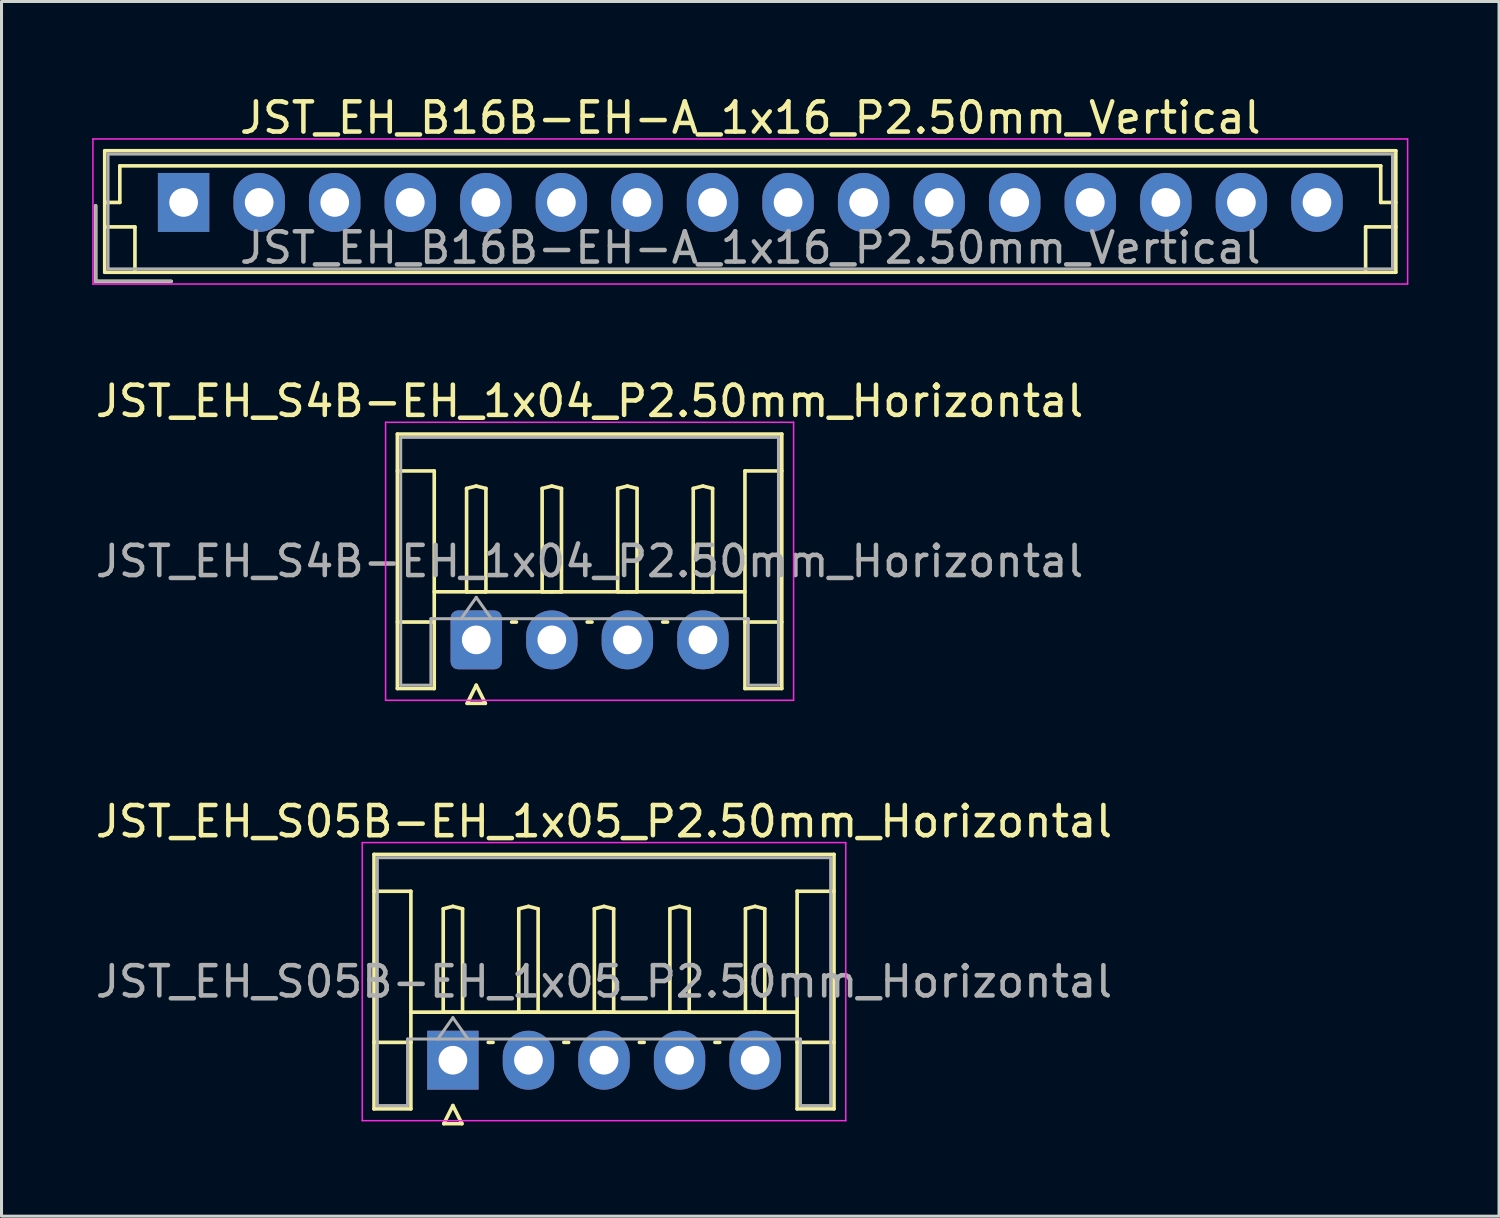
<source format=kicad_pcb>
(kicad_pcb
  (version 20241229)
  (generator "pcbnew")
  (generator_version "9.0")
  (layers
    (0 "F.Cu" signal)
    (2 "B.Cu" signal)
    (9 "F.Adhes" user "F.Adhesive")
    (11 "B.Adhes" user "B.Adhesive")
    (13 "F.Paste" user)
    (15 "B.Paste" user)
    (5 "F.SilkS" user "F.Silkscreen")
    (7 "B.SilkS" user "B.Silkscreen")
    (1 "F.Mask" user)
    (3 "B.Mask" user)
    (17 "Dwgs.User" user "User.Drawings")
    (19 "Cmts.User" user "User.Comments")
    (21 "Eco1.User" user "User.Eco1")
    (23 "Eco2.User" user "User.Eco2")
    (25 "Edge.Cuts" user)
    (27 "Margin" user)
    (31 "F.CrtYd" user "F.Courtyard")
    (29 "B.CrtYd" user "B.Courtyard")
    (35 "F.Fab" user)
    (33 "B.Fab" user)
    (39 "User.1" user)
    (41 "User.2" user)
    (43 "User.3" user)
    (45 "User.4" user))
  (footprint "JST_EH_S05B-EH_1x05_P2.50mm_Horizontal"
    (layer "F.Cu")
    (at 11.935 32.03)
    (property "Reference" "JST_EH_S05B-EH_1x05_P2.50mm_Horizontal" (at 5 -7.9 0) (layer "F.SilkS") (effects (font (size 1 1) (thickness 0.15))))
    (attr through_hole)
    (fp_line (start -2.61 -6.81) (end 12.61 -6.81) (stroke (width 0.12) (type solid)) (layer "F.SilkS"))
    (fp_line (start -2.61 -5.59) (end -1.39 -5.59) (stroke (width 0.12) (type solid)) (layer "F.SilkS"))
    (fp_line (start -2.61 1.61) (end -2.61 -6.81) (stroke (width 0.12) (type solid)) (layer "F.SilkS"))
    (fp_line (start -1.39 -5.59) (end -1.39 -0.59) (stroke (width 0.12) (type solid)) (layer "F.SilkS"))
    (fp_line (start -1.39 -1.59) (end 11.39 -1.59) (stroke (width 0.12) (type solid)) (layer "F.SilkS"))
    (fp_line (start -1.39 -0.59) (end -2.61 -0.59) (stroke (width 0.12) (type solid)) (layer "F.SilkS"))
    (fp_line (start -1.39 -0.59) (end -1.39 1.61) (stroke (width 0.12) (type solid)) (layer "F.SilkS"))
    (fp_line (start -1.39 1.61) (end -2.61 1.61) (stroke (width 0.12) (type solid)) (layer "F.SilkS"))
    (fp_line (start -0.32 -5.01) (end 0 -5.09) (stroke (width 0.12) (type solid)) (layer "F.SilkS"))
    (fp_line (start -0.32 -1.59) (end -0.32 -5.01) (stroke (width 0.12) (type solid)) (layer "F.SilkS"))
    (fp_line (start -0.3 2.1) (end 0.3 2.1) (stroke (width 0.12) (type solid)) (layer "F.SilkS"))
    (fp_line (start 0 -5.09) (end 0.32 -5.01) (stroke (width 0.12) (type solid)) (layer "F.SilkS"))
    (fp_line (start 0 -1.59) (end -0.32 -1.59) (stroke (width 0.12) (type solid)) (layer "F.SilkS"))
    (fp_line (start 0 1.5) (end -0.3 2.1) (stroke (width 0.12) (type solid)) (layer "F.SilkS"))
    (fp_line (start 0.3 2.1) (end 0 1.5) (stroke (width 0.12) (type solid)) (layer "F.SilkS"))
    (fp_line (start 0.32 -5.01) (end 0.32 -1.59) (stroke (width 0.12) (type solid)) (layer "F.SilkS"))
    (fp_line (start 0.32 -1.59) (end 0 -1.59) (stroke (width 0.12) (type solid)) (layer "F.SilkS"))
    (fp_line (start 1.17 -0.59) (end 1.33 -0.59) (stroke (width 0.12) (type solid)) (layer "F.SilkS"))
    (fp_line (start 2.18 -5.01) (end 2.5 -5.09) (stroke (width 0.12) (type solid)) (layer "F.SilkS"))
    (fp_line (start 2.18 -1.59) (end 2.18 -5.01) (stroke (width 0.12) (type solid)) (layer "F.SilkS"))
    (fp_line (start 2.5 -5.09) (end 2.82 -5.01) (stroke (width 0.12) (type solid)) (layer "F.SilkS"))
    (fp_line (start 2.5 -1.59) (end 2.18 -1.59) (stroke (width 0.12) (type solid)) (layer "F.SilkS"))
    (fp_line (start 2.82 -5.01) (end 2.82 -1.59) (stroke (width 0.12) (type solid)) (layer "F.SilkS"))
    (fp_line (start 2.82 -1.59) (end 2.5 -1.59) (stroke (width 0.12) (type solid)) (layer "F.SilkS"))
    (fp_line (start 3.67 -0.59) (end 3.83 -0.59) (stroke (width 0.12) (type solid)) (layer "F.SilkS"))
    (fp_line (start 4.68 -5.01) (end 5 -5.09) (stroke (width 0.12) (type solid)) (layer "F.SilkS"))
    (fp_line (start 4.68 -1.59) (end 4.68 -5.01) (stroke (width 0.12) (type solid)) (layer "F.SilkS"))
    (fp_line (start 5 -5.09) (end 5.32 -5.01) (stroke (width 0.12) (type solid)) (layer "F.SilkS"))
    (fp_line (start 5 -1.59) (end 4.68 -1.59) (stroke (width 0.12) (type solid)) (layer "F.SilkS"))
    (fp_line (start 5.32 -5.01) (end 5.32 -1.59) (stroke (width 0.12) (type solid)) (layer "F.SilkS"))
    (fp_line (start 5.32 -1.59) (end 5 -1.59) (stroke (width 0.12) (type solid)) (layer "F.SilkS"))
    (fp_line (start 6.17 -0.59) (end 6.33 -0.59) (stroke (width 0.12) (type solid)) (layer "F.SilkS"))
    (fp_line (start 7.18 -5.01) (end 7.5 -5.09) (stroke (width 0.12) (type solid)) (layer "F.SilkS"))
    (fp_line (start 7.18 -1.59) (end 7.18 -5.01) (stroke (width 0.12) (type solid)) (layer "F.SilkS"))
    (fp_line (start 7.5 -5.09) (end 7.82 -5.01) (stroke (width 0.12) (type solid)) (layer "F.SilkS"))
    (fp_line (start 7.5 -1.59) (end 7.18 -1.59) (stroke (width 0.12) (type solid)) (layer "F.SilkS"))
    (fp_line (start 7.82 -5.01) (end 7.82 -1.59) (stroke (width 0.12) (type solid)) (layer "F.SilkS"))
    (fp_line (start 7.82 -1.59) (end 7.5 -1.59) (stroke (width 0.12) (type solid)) (layer "F.SilkS"))
    (fp_line (start 8.67 -0.59) (end 8.83 -0.59) (stroke (width 0.12) (type solid)) (layer "F.SilkS"))
    (fp_line (start 9.68 -5.01) (end 10 -5.09) (stroke (width 0.12) (type solid)) (layer "F.SilkS"))
    (fp_line (start 9.68 -1.59) (end 9.68 -5.01) (stroke (width 0.12) (type solid)) (layer "F.SilkS"))
    (fp_line (start 10 -5.09) (end 10.32 -5.01) (stroke (width 0.12) (type solid)) (layer "F.SilkS"))
    (fp_line (start 10 -1.59) (end 9.68 -1.59) (stroke (width 0.12) (type solid)) (layer "F.SilkS"))
    (fp_line (start 10.32 -5.01) (end 10.32 -1.59) (stroke (width 0.12) (type solid)) (layer "F.SilkS"))
    (fp_line (start 10.32 -1.59) (end 10 -1.59) (stroke (width 0.12) (type solid)) (layer "F.SilkS"))
    (fp_line (start 11.39 -5.59) (end 11.39 -0.59) (stroke (width 0.12) (type solid)) (layer "F.SilkS"))
    (fp_line (start 11.39 -0.59) (end 12.61 -0.59) (stroke (width 0.12) (type solid)) (layer "F.SilkS"))
    (fp_line (start 11.39 1.61) (end 11.39 -0.59) (stroke (width 0.12) (type solid)) (layer "F.SilkS"))
    (fp_line (start 12.61 -6.81) (end 12.61 1.61) (stroke (width 0.12) (type solid)) (layer "F.SilkS"))
    (fp_line (start 12.61 -5.59) (end 11.39 -5.59) (stroke (width 0.12) (type solid)) (layer "F.SilkS"))
    (fp_line (start 12.61 1.61) (end 11.39 1.61) (stroke (width 0.12) (type solid)) (layer "F.SilkS"))
    (fp_line (start -3 -7.2) (end -3 2) (stroke (width 0.05) (type solid)) (layer "F.CrtYd"))
    (fp_line (start -3 2) (end 13 2) (stroke (width 0.05) (type solid)) (layer "F.CrtYd"))
    (fp_line (start 13 -7.2) (end -3 -7.2) (stroke (width 0.05) (type solid)) (layer "F.CrtYd"))
    (fp_line (start 13 2) (end 13 -7.2) (stroke (width 0.05) (type solid)) (layer "F.CrtYd"))
    (fp_line (start -2.5 -6.7) (end 12.5 -6.7) (stroke (width 0.1) (type solid)) (layer "F.Fab"))
    (fp_line (start -2.5 1.5) (end -2.5 -6.7) (stroke (width 0.1) (type solid)) (layer "F.Fab"))
    (fp_line (start -1.5 -0.7) (end -1.5 1.5) (stroke (width 0.1) (type solid)) (layer "F.Fab"))
    (fp_line (start -1.5 1.5) (end -2.5 1.5) (stroke (width 0.1) (type solid)) (layer "F.Fab"))
    (fp_line (start -0.5 -0.7) (end 0 -1.407) (stroke (width 0.1) (type solid)) (layer "F.Fab"))
    (fp_line (start 0 -1.407) (end 0.5 -0.7) (stroke (width 0.1) (type solid)) (layer "F.Fab"))
    (fp_line (start 11.5 -0.7) (end -1.5 -0.7) (stroke (width 0.1) (type solid)) (layer "F.Fab"))
    (fp_line (start 11.5 1.5) (end 11.5 -0.7) (stroke (width 0.1) (type solid)) (layer "F.Fab"))
    (fp_line (start 12.5 -6.7) (end 12.5 1.5) (stroke (width 0.1) (type solid)) (layer "F.Fab"))
    (fp_line (start 12.5 1.5) (end 11.5 1.5) (stroke (width 0.1) (type solid)) (layer "F.Fab"))
    (fp_text user "${REFERENCE}" (at 5 -2.6 0) (layer "F.Fab") (effects (font (size 1 1) (thickness 0.15))))
    (pad "1" thru_hole rect (at 0 0) (size 1.7 1.95) (drill 0.95) (layers "*.Cu" "*.Mask"))
    (pad "2" thru_hole oval (at 2.5 0) (size 1.7 1.95) (drill 0.95) (layers "*.Cu" "*.Mask"))
    (pad "3" thru_hole oval (at 5 0) (size 1.7 1.95) (drill 0.95) (layers "*.Cu" "*.Mask"))
    (pad "4" thru_hole oval (at 7.5 0) (size 1.7 1.95) (drill 0.95) (layers "*.Cu" "*.Mask"))
    (pad "5" thru_hole oval (at 10 0) (size 1.7 1.95) (drill 0.95) (layers "*.Cu" "*.Mask")))
  (footprint "JST_EH_B16B-EH-A_1x16_P2.50mm_Vertical"
    (layer "F.Cu")
    (at 3.025 3.648)
    (property "Reference" "JST_EH_B16B-EH-A_1x16_P2.50mm_Vertical" (at 18.75 -2.8 0) (layer "F.SilkS") (effects (font (size 1 1) (thickness 0.15))))
    (attr through_hole)
    (fp_line (start -2.91 0.11) (end -2.91 2.61) (stroke (width 0.12) (type solid)) (layer "F.SilkS"))
    (fp_line (start -2.91 2.61) (end -0.41 2.61) (stroke (width 0.12) (type solid)) (layer "F.SilkS"))
    (fp_line (start -2.61 -1.71) (end -2.61 2.31) (stroke (width 0.12) (type solid)) (layer "F.SilkS"))
    (fp_line (start -2.61 0) (end -2.11 0) (stroke (width 0.12) (type solid)) (layer "F.SilkS"))
    (fp_line (start -2.61 0.81) (end -1.61 0.81) (stroke (width 0.12) (type solid)) (layer "F.SilkS"))
    (fp_line (start -2.61 2.31) (end 40.11 2.31) (stroke (width 0.12) (type solid)) (layer "F.SilkS"))
    (fp_line (start -2.11 -1.21) (end 39.61 -1.21) (stroke (width 0.12) (type solid)) (layer "F.SilkS"))
    (fp_line (start -2.11 0) (end -2.11 -1.21) (stroke (width 0.12) (type solid)) (layer "F.SilkS"))
    (fp_line (start -1.61 0.81) (end -1.61 2.31) (stroke (width 0.12) (type solid)) (layer "F.SilkS"))
    (fp_line (start 39.11 0.81) (end 39.11 2.31) (stroke (width 0.12) (type solid)) (layer "F.SilkS"))
    (fp_line (start 39.61 -1.21) (end 39.61 0) (stroke (width 0.12) (type solid)) (layer "F.SilkS"))
    (fp_line (start 39.61 0) (end 40.11 0) (stroke (width 0.12) (type solid)) (layer "F.SilkS"))
    (fp_line (start 40.11 -1.71) (end -2.61 -1.71) (stroke (width 0.12) (type solid)) (layer "F.SilkS"))
    (fp_line (start 40.11 0.81) (end 39.11 0.81) (stroke (width 0.12) (type solid)) (layer "F.SilkS"))
    (fp_line (start 40.11 2.31) (end 40.11 -1.71) (stroke (width 0.12) (type solid)) (layer "F.SilkS"))
    (fp_line (start -3 -2.1) (end -3 2.7) (stroke (width 0.05) (type solid)) (layer "F.CrtYd"))
    (fp_line (start -3 2.7) (end 40.5 2.7) (stroke (width 0.05) (type solid)) (layer "F.CrtYd"))
    (fp_line (start 40.5 -2.1) (end -3 -2.1) (stroke (width 0.05) (type solid)) (layer "F.CrtYd"))
    (fp_line (start 40.5 2.7) (end 40.5 -2.1) (stroke (width 0.05) (type solid)) (layer "F.CrtYd"))
    (fp_line (start -2.91 0.11) (end -2.91 2.61) (stroke (width 0.1) (type solid)) (layer "F.Fab"))
    (fp_line (start -2.91 2.61) (end -0.41 2.61) (stroke (width 0.1) (type solid)) (layer "F.Fab"))
    (fp_line (start -2.5 -1.6) (end -2.5 2.2) (stroke (width 0.1) (type solid)) (layer "F.Fab"))
    (fp_line (start -2.5 2.2) (end 40 2.2) (stroke (width 0.1) (type solid)) (layer "F.Fab"))
    (fp_line (start 40 -1.6) (end -2.5 -1.6) (stroke (width 0.1) (type solid)) (layer "F.Fab"))
    (fp_line (start 40 2.2) (end 40 -1.6) (stroke (width 0.1) (type solid)) (layer "F.Fab"))
    (fp_text user "${REFERENCE}" (at 18.75 1.5 0) (layer "F.Fab") (effects (font (size 1 1) (thickness 0.15))))
    (pad "1" thru_hole rect (at 0 0) (size 1.7 1.95) (drill 0.95) (layers "*.Cu" "*.Mask"))
    (pad "2" thru_hole oval (at 2.5 0) (size 1.7 1.95) (drill 0.95) (layers "*.Cu" "*.Mask"))
    (pad "3" thru_hole oval (at 5 0) (size 1.7 1.95) (drill 0.95) (layers "*.Cu" "*.Mask"))
    (pad "4" thru_hole oval (at 7.5 0) (size 1.7 1.95) (drill 0.95) (layers "*.Cu" "*.Mask"))
    (pad "5" thru_hole oval (at 10 0) (size 1.7 1.95) (drill 0.95) (layers "*.Cu" "*.Mask"))
    (pad "6" thru_hole oval (at 12.5 0) (size 1.7 1.95) (drill 0.95) (layers "*.Cu" "*.Mask"))
    (pad "7" thru_hole oval (at 15 0) (size 1.7 1.95) (drill 0.95) (layers "*.Cu" "*.Mask"))
    (pad "8" thru_hole oval (at 17.5 0) (size 1.7 1.95) (drill 0.95) (layers "*.Cu" "*.Mask"))
    (pad "9" thru_hole oval (at 20 0) (size 1.7 1.95) (drill 0.95) (layers "*.Cu" "*.Mask"))
    (pad "10" thru_hole oval (at 22.5 0) (size 1.7 1.95) (drill 0.95) (layers "*.Cu" "*.Mask"))
    (pad "11" thru_hole oval (at 25 0) (size 1.7 1.95) (drill 0.95) (layers "*.Cu" "*.Mask"))
    (pad "12" thru_hole oval (at 27.5 0) (size 1.7 1.95) (drill 0.95) (layers "*.Cu" "*.Mask"))
    (pad "13" thru_hole oval (at 30 0) (size 1.7 1.95) (drill 0.95) (layers "*.Cu" "*.Mask"))
    (pad "14" thru_hole oval (at 32.5 0) (size 1.7 1.95) (drill 0.95) (layers "*.Cu" "*.Mask"))
    (pad "15" thru_hole oval (at 35 0) (size 1.7 1.95) (drill 0.95) (layers "*.Cu" "*.Mask"))
    (pad "16" thru_hole oval (at 37.5 0) (size 1.7 1.95) (drill 0.95) (layers "*.Cu" "*.Mask")))
  (footprint "JST_EH_S4B-EH_1x04_P2.50mm_Horizontal"
    (layer "F.Cu")
    (at 12.708 18.122)
    (property "Reference" "JST_EH_S4B-EH_1x04_P2.50mm_Horizontal" (at 3.75 -7.9 0) (layer "F.SilkS") (effects (font (size 1 1) (thickness 0.15))))
    (attr through_hole)
    (fp_line (start -2.61 -6.81) (end 10.11 -6.81) (stroke (width 0.12) (type solid)) (layer "F.SilkS"))
    (fp_line (start -2.61 -5.59) (end -1.39 -5.59) (stroke (width 0.12) (type solid)) (layer "F.SilkS"))
    (fp_line (start -2.61 1.61) (end -2.61 -6.81) (stroke (width 0.12) (type solid)) (layer "F.SilkS"))
    (fp_line (start -1.39 -5.59) (end -1.39 -0.59) (stroke (width 0.12) (type solid)) (layer "F.SilkS"))
    (fp_line (start -1.39 -1.59) (end 8.89 -1.59) (stroke (width 0.12) (type solid)) (layer "F.SilkS"))
    (fp_line (start -1.39 -0.59) (end -2.61 -0.59) (stroke (width 0.12) (type solid)) (layer "F.SilkS"))
    (fp_line (start -1.39 -0.59) (end -1.39 1.61) (stroke (width 0.12) (type solid)) (layer "F.SilkS"))
    (fp_line (start -1.39 1.61) (end -2.61 1.61) (stroke (width 0.12) (type solid)) (layer "F.SilkS"))
    (fp_line (start -0.32 -5.01) (end 0 -5.09) (stroke (width 0.12) (type solid)) (layer "F.SilkS"))
    (fp_line (start -0.32 -1.59) (end -0.32 -5.01) (stroke (width 0.12) (type solid)) (layer "F.SilkS"))
    (fp_line (start -0.3 2.1) (end 0.3 2.1) (stroke (width 0.12) (type solid)) (layer "F.SilkS"))
    (fp_line (start 0 -5.09) (end 0.32 -5.01) (stroke (width 0.12) (type solid)) (layer "F.SilkS"))
    (fp_line (start 0 -1.59) (end -0.32 -1.59) (stroke (width 0.12) (type solid)) (layer "F.SilkS"))
    (fp_line (start 0 1.5) (end -0.3 2.1) (stroke (width 0.12) (type solid)) (layer "F.SilkS"))
    (fp_line (start 0.3 2.1) (end 0 1.5) (stroke (width 0.12) (type solid)) (layer "F.SilkS"))
    (fp_line (start 0.32 -5.01) (end 0.32 -1.59) (stroke (width 0.12) (type solid)) (layer "F.SilkS"))
    (fp_line (start 0.32 -1.59) (end 0 -1.59) (stroke (width 0.12) (type solid)) (layer "F.SilkS"))
    (fp_line (start 1.17 -0.59) (end 1.33 -0.59) (stroke (width 0.12) (type solid)) (layer "F.SilkS"))
    (fp_line (start 2.18 -5.01) (end 2.5 -5.09) (stroke (width 0.12) (type solid)) (layer "F.SilkS"))
    (fp_line (start 2.18 -1.59) (end 2.18 -5.01) (stroke (width 0.12) (type solid)) (layer "F.SilkS"))
    (fp_line (start 2.5 -5.09) (end 2.82 -5.01) (stroke (width 0.12) (type solid)) (layer "F.SilkS"))
    (fp_line (start 2.5 -1.59) (end 2.18 -1.59) (stroke (width 0.12) (type solid)) (layer "F.SilkS"))
    (fp_line (start 2.82 -5.01) (end 2.82 -1.59) (stroke (width 0.12) (type solid)) (layer "F.SilkS"))
    (fp_line (start 2.82 -1.59) (end 2.5 -1.59) (stroke (width 0.12) (type solid)) (layer "F.SilkS"))
    (fp_line (start 3.67 -0.59) (end 3.83 -0.59) (stroke (width 0.12) (type solid)) (layer "F.SilkS"))
    (fp_line (start 4.68 -5.01) (end 5 -5.09) (stroke (width 0.12) (type solid)) (layer "F.SilkS"))
    (fp_line (start 4.68 -1.59) (end 4.68 -5.01) (stroke (width 0.12) (type solid)) (layer "F.SilkS"))
    (fp_line (start 5 -5.09) (end 5.32 -5.01) (stroke (width 0.12) (type solid)) (layer "F.SilkS"))
    (fp_line (start 5 -1.59) (end 4.68 -1.59) (stroke (width 0.12) (type solid)) (layer "F.SilkS"))
    (fp_line (start 5.32 -5.01) (end 5.32 -1.59) (stroke (width 0.12) (type solid)) (layer "F.SilkS"))
    (fp_line (start 5.32 -1.59) (end 5 -1.59) (stroke (width 0.12) (type solid)) (layer "F.SilkS"))
    (fp_line (start 6.17 -0.59) (end 6.33 -0.59) (stroke (width 0.12) (type solid)) (layer "F.SilkS"))
    (fp_line (start 7.18 -5.01) (end 7.5 -5.09) (stroke (width 0.12) (type solid)) (layer "F.SilkS"))
    (fp_line (start 7.18 -1.59) (end 7.18 -5.01) (stroke (width 0.12) (type solid)) (layer "F.SilkS"))
    (fp_line (start 7.5 -5.09) (end 7.82 -5.01) (stroke (width 0.12) (type solid)) (layer "F.SilkS"))
    (fp_line (start 7.5 -1.59) (end 7.18 -1.59) (stroke (width 0.12) (type solid)) (layer "F.SilkS"))
    (fp_line (start 7.82 -5.01) (end 7.82 -1.59) (stroke (width 0.12) (type solid)) (layer "F.SilkS"))
    (fp_line (start 7.82 -1.59) (end 7.5 -1.59) (stroke (width 0.12) (type solid)) (layer "F.SilkS"))
    (fp_line (start 8.89 -5.59) (end 8.89 -0.59) (stroke (width 0.12) (type solid)) (layer "F.SilkS"))
    (fp_line (start 8.89 -0.59) (end 10.11 -0.59) (stroke (width 0.12) (type solid)) (layer "F.SilkS"))
    (fp_line (start 8.89 1.61) (end 8.89 -0.59) (stroke (width 0.12) (type solid)) (layer "F.SilkS"))
    (fp_line (start 10.11 -6.81) (end 10.11 1.61) (stroke (width 0.12) (type solid)) (layer "F.SilkS"))
    (fp_line (start 10.11 -5.59) (end 8.89 -5.59) (stroke (width 0.12) (type solid)) (layer "F.SilkS"))
    (fp_line (start 10.11 1.61) (end 8.89 1.61) (stroke (width 0.12) (type solid)) (layer "F.SilkS"))
    (fp_line (start -3 -7.2) (end -3 2) (stroke (width 0.05) (type solid)) (layer "F.CrtYd"))
    (fp_line (start -3 2) (end 10.5 2) (stroke (width 0.05) (type solid)) (layer "F.CrtYd"))
    (fp_line (start 10.5 -7.2) (end -3 -7.2) (stroke (width 0.05) (type solid)) (layer "F.CrtYd"))
    (fp_line (start 10.5 2) (end 10.5 -7.2) (stroke (width 0.05) (type solid)) (layer "F.CrtYd"))
    (fp_line (start -2.5 -6.7) (end 10 -6.7) (stroke (width 0.1) (type solid)) (layer "F.Fab"))
    (fp_line (start -2.5 1.5) (end -2.5 -6.7) (stroke (width 0.1) (type solid)) (layer "F.Fab"))
    (fp_line (start -1.5 -0.7) (end -1.5 1.5) (stroke (width 0.1) (type solid)) (layer "F.Fab"))
    (fp_line (start -1.5 1.5) (end -2.5 1.5) (stroke (width 0.1) (type solid)) (layer "F.Fab"))
    (fp_line (start -0.5 -0.7) (end 0 -1.407) (stroke (width 0.1) (type solid)) (layer "F.Fab"))
    (fp_line (start 0 -1.407) (end 0.5 -0.7) (stroke (width 0.1) (type solid)) (layer "F.Fab"))
    (fp_line (start 9 -0.7) (end -1.5 -0.7) (stroke (width 0.1) (type solid)) (layer "F.Fab"))
    (fp_line (start 9 1.5) (end 9 -0.7) (stroke (width 0.1) (type solid)) (layer "F.Fab"))
    (fp_line (start 10 -6.7) (end 10 1.5) (stroke (width 0.1) (type solid)) (layer "F.Fab"))
    (fp_line (start 10 1.5) (end 9 1.5) (stroke (width 0.1) (type solid)) (layer "F.Fab"))
    (fp_text user "${REFERENCE}" (at 3.75 -2.6 0) (layer "F.Fab") (effects (font (size 1 1) (thickness 0.15))))
    (pad "1" thru_hole roundrect (at 0 0) (size 1.7 1.95) (drill 0.95) (layers "*.Cu" "*.Mask") (roundrect_rratio 0.147))
    (pad "2" thru_hole oval (at 2.5 0) (size 1.7 1.95) (drill 0.95) (layers "*.Cu" "*.Mask"))
    (pad "3" thru_hole oval (at 5 0) (size 1.7 1.95) (drill 0.95) (layers "*.Cu" "*.Mask"))
    (pad "4" thru_hole oval (at 7.5 0) (size 1.7 1.95) (drill 0.95) (layers "*.Cu" "*.Mask")))
  (gr_rect
    (start -3 -3)
    (end 46.55 37.19)
    (stroke (width 0.1) (type default))
    (fill no)
    (layer "Edge.Cuts")))
</source>
